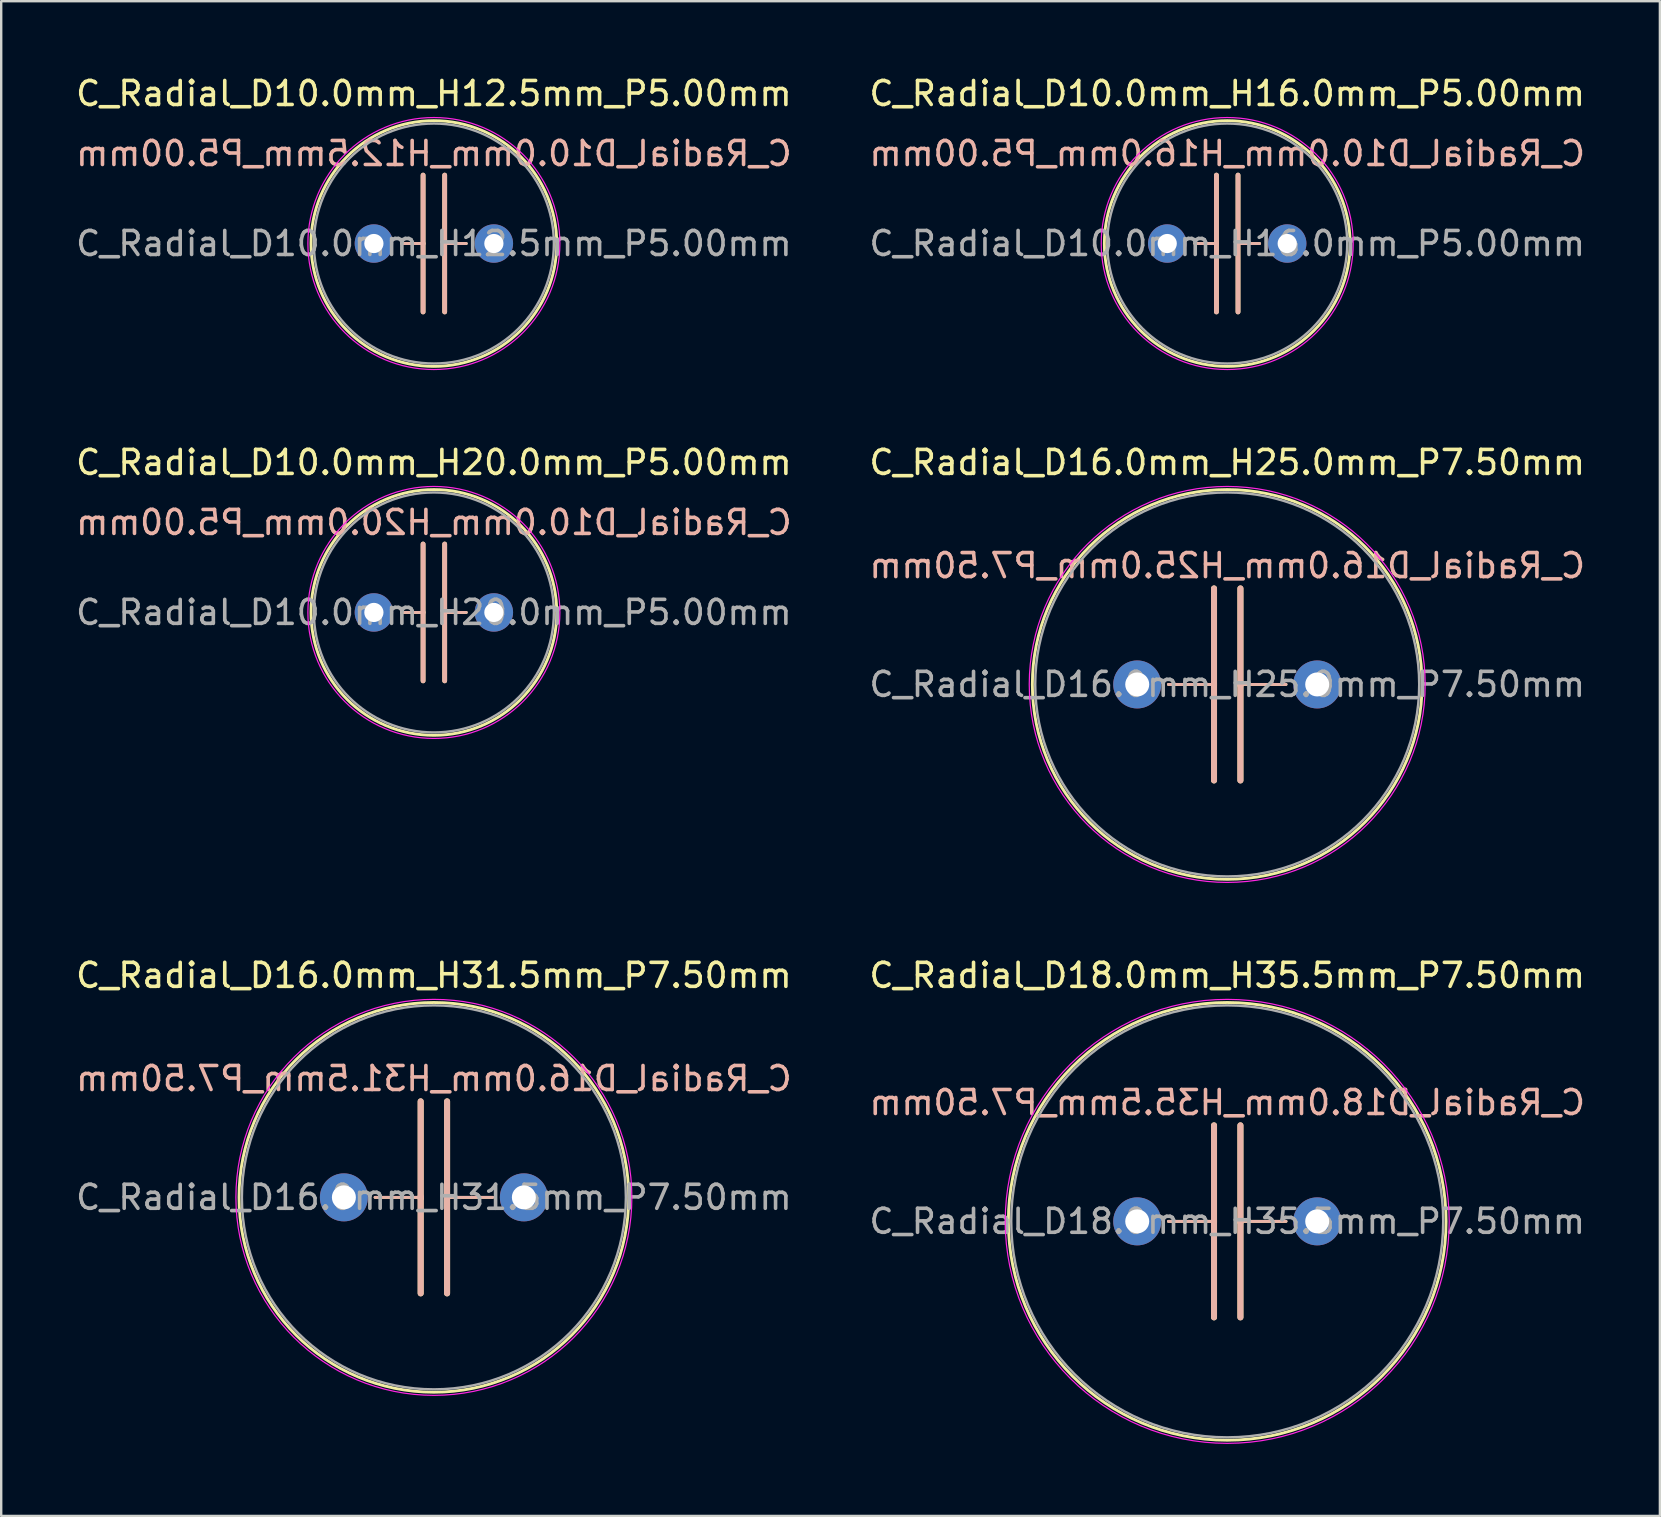
<source format=kicad_pcb>
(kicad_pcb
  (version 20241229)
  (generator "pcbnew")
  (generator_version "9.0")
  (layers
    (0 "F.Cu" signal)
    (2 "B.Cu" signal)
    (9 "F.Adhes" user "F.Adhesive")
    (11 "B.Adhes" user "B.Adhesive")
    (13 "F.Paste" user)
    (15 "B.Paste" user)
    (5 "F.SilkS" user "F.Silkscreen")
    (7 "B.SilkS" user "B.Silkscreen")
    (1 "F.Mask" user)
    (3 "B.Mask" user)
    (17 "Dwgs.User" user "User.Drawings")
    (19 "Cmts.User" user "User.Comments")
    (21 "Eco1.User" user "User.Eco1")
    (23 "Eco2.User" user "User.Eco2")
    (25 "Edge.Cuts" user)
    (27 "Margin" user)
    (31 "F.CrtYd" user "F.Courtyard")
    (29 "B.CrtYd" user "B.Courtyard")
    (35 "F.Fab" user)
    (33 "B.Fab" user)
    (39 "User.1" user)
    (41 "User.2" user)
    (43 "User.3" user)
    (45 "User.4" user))
  (footprint "C_Radial_D16.0mm_H25.0mm_P7.50mm"
    (layer "F.Cu")
    (at 44.339 25.471)
    (property "Reference" "C_Radial_D16.0mm_H25.0mm_P7.50mm" (at 3.75 -9.25 0) (layer "F.SilkS") (effects (font (size 1 1) (thickness 0.15))))
    (fp_line (start 1.3 0) (end 3.2 0) (stroke (width 0.12) (type solid)) (layer "F.SilkS"))
    (fp_line (start 3.2 0.05) (end 3.2 -4) (stroke (width 0.25) (type solid)) (layer "F.SilkS"))
    (fp_line (start 3.2 4) (end 3.2 0) (stroke (width 0.25) (type solid)) (layer "F.SilkS"))
    (fp_line (start 4.3 0) (end 6.2 0) (stroke (width 0.12) (type solid)) (layer "F.SilkS"))
    (fp_line (start 4.3 0.05) (end 4.3 -4) (stroke (width 0.25) (type solid)) (layer "F.SilkS"))
    (fp_line (start 4.3 4) (end 4.3 0) (stroke (width 0.25) (type solid)) (layer "F.SilkS"))
    (fp_circle (center 3.75 0) (end 11.87 0) (stroke (width 0.12) (type solid)) (fill no) (layer "F.SilkS"))
    (fp_line (start 1.3 0) (end 3.2 0) (stroke (width 0.12) (type solid)) (layer "B.SilkS"))
    (fp_line (start 3.2 -4) (end 3.2 0) (stroke (width 0.25) (type solid)) (layer "B.SilkS"))
    (fp_line (start 3.2 -0.05) (end 3.2 4) (stroke (width 0.25) (type solid)) (layer "B.SilkS"))
    (fp_line (start 4.3 -4) (end 4.3 0) (stroke (width 0.25) (type solid)) (layer "B.SilkS"))
    (fp_line (start 4.3 -0.05) (end 4.3 4) (stroke (width 0.25) (type solid)) (layer "B.SilkS"))
    (fp_line (start 4.3 0) (end 6.2 0) (stroke (width 0.12) (type solid)) (layer "B.SilkS"))
    (fp_circle (center 3.75 0) (end 12 0) (stroke (width 0.05) (type solid)) (fill no) (layer "F.CrtYd"))
    (fp_circle (center 3.75 0) (end 11.75 0) (stroke (width 0.1) (type solid)) (fill no) (layer "F.Fab"))
    (fp_text user "${REFERENCE}" (at 3.75 -4.95 0) (layer "B.SilkS") (effects (font (size 1 1) (thickness 0.15)) (justify mirror)))
    (fp_text user "${REFERENCE}" (at 3.75 0 0) (layer "F.Fab") (effects (font (size 1 1) (thickness 0.15))))
    (pad "1" thru_hole circle (at 0 0) (size 2 2) (drill 1) (layers "*.Cu" "*.Mask"))
    (pad "2" thru_hole circle (at 7.5 0) (size 2 2) (drill 1) (layers "*.Cu" "*.Mask")))
  (footprint "C_Radial_D10.0mm_H12.5mm_P5.00mm"
    (layer "F.Cu")
    (at 12.53 7.098)
    (property "Reference" "C_Radial_D10.0mm_H12.5mm_P5.00mm" (at 2.5 -6.25 0) (layer "F.SilkS") (effects (font (size 1 1) (thickness 0.15))))
    (fp_line (start 1.15 0) (end 2.05 0) (stroke (width 0.12) (type solid)) (layer "F.SilkS"))
    (fp_line (start 2.05 0) (end 2.05 -2.85) (stroke (width 0.2) (type solid)) (layer "F.SilkS"))
    (fp_line (start 2.05 2.85) (end 2.05 0) (stroke (width 0.2) (type solid)) (layer "F.SilkS"))
    (fp_line (start 2.95 0) (end 2.95 -2.85) (stroke (width 0.2) (type solid)) (layer "F.SilkS"))
    (fp_line (start 2.95 0) (end 3.85 0) (stroke (width 0.12) (type solid)) (layer "F.SilkS"))
    (fp_line (start 2.95 2.85) (end 2.95 -0.007) (stroke (width 0.2) (type solid)) (layer "F.SilkS"))
    (fp_circle (center 2.5 0) (end 7.62 0) (stroke (width 0.12) (type solid)) (fill no) (layer "F.SilkS"))
    (fp_line (start 1.15 0) (end 2.05 0) (stroke (width 0.12) (type solid)) (layer "B.SilkS"))
    (fp_line (start 2.05 -2.85) (end 2.05 0) (stroke (width 0.2) (type solid)) (layer "B.SilkS"))
    (fp_line (start 2.05 0) (end 2.05 2.85) (stroke (width 0.2) (type solid)) (layer "B.SilkS"))
    (fp_line (start 2.95 -2.85) (end 2.95 0.007) (stroke (width 0.2) (type solid)) (layer "B.SilkS"))
    (fp_line (start 2.95 0) (end 2.95 2.85) (stroke (width 0.2) (type solid)) (layer "B.SilkS"))
    (fp_line (start 2.95 0) (end 3.85 0) (stroke (width 0.12) (type solid)) (layer "B.SilkS"))
    (fp_circle (center 2.5 0) (end 7.75 0) (stroke (width 0.05) (type solid)) (fill no) (layer "F.CrtYd"))
    (fp_circle (center 2.5 0) (end 7.5 0) (stroke (width 0.1) (type solid)) (fill no) (layer "F.Fab"))
    (fp_text user "${REFERENCE}" (at 2.5 -3.75 0) (layer "B.SilkS") (effects (font (size 1 1) (thickness 0.15)) (justify mirror)))
    (fp_text user "${REFERENCE}" (at 2.5 0 0) (layer "F.Fab") (effects (font (size 1 1) (thickness 0.15))))
    (pad "1" thru_hole circle (at 0 0) (size 1.6 1.6) (drill 0.8) (layers "*.Cu" "*.Mask"))
    (pad "2" thru_hole circle (at 5 0) (size 1.6 1.6) (drill 0.8) (layers "*.Cu" "*.Mask")))
  (footprint "C_Radial_D10.0mm_H20.0mm_P5.00mm"
    (layer "F.Cu")
    (at 12.53 22.471)
    (property "Reference" "C_Radial_D10.0mm_H20.0mm_P5.00mm" (at 2.5 -6.25 0) (layer "F.SilkS") (effects (font (size 1 1) (thickness 0.15))))
    (fp_line (start 1.15 0) (end 2.05 0) (stroke (width 0.12) (type solid)) (layer "F.SilkS"))
    (fp_line (start 2.05 0) (end 2.05 -2.85) (stroke (width 0.2) (type solid)) (layer "F.SilkS"))
    (fp_line (start 2.05 2.85) (end 2.05 0) (stroke (width 0.2) (type solid)) (layer "F.SilkS"))
    (fp_line (start 2.95 0) (end 2.95 -2.85) (stroke (width 0.2) (type solid)) (layer "F.SilkS"))
    (fp_line (start 2.95 0) (end 3.85 0) (stroke (width 0.12) (type solid)) (layer "F.SilkS"))
    (fp_line (start 2.95 2.85) (end 2.95 -0.007) (stroke (width 0.2) (type solid)) (layer "F.SilkS"))
    (fp_circle (center 2.5 0) (end 7.62 0) (stroke (width 0.12) (type solid)) (fill no) (layer "F.SilkS"))
    (fp_line (start 1.15 0) (end 2.05 0) (stroke (width 0.12) (type solid)) (layer "B.SilkS"))
    (fp_line (start 2.05 -2.85) (end 2.05 0) (stroke (width 0.2) (type solid)) (layer "B.SilkS"))
    (fp_line (start 2.05 0) (end 2.05 2.85) (stroke (width 0.2) (type solid)) (layer "B.SilkS"))
    (fp_line (start 2.95 -2.85) (end 2.95 0.007) (stroke (width 0.2) (type solid)) (layer "B.SilkS"))
    (fp_line (start 2.95 0) (end 2.95 2.85) (stroke (width 0.2) (type solid)) (layer "B.SilkS"))
    (fp_line (start 2.95 0) (end 3.85 0) (stroke (width 0.12) (type solid)) (layer "B.SilkS"))
    (fp_circle (center 2.5 0) (end 7.75 0) (stroke (width 0.05) (type solid)) (fill no) (layer "F.CrtYd"))
    (fp_circle (center 2.5 0) (end 7.5 0) (stroke (width 0.1) (type solid)) (fill no) (layer "F.Fab"))
    (fp_text user "${REFERENCE}" (at 2.5 -3.75 0) (layer "B.SilkS") (effects (font (size 1 1) (thickness 0.15)) (justify mirror)))
    (fp_text user "${REFERENCE}" (at 2.5 0 0) (layer "F.Fab") (effects (font (size 1 1) (thickness 0.15))))
    (pad "1" thru_hole circle (at 0 0) (size 1.6 1.6) (drill 0.8) (layers "*.Cu" "*.Mask"))
    (pad "2" thru_hole circle (at 5 0) (size 1.6 1.6) (drill 0.8) (layers "*.Cu" "*.Mask")))
  (footprint "C_Radial_D18.0mm_H35.5mm_P7.50mm"
    (layer "F.Cu")
    (at 44.339 47.845)
    (property "Reference" "C_Radial_D18.0mm_H35.5mm_P7.50mm" (at 3.75 -10.25 0) (layer "F.SilkS") (effects (font (size 1 1) (thickness 0.15))))
    (fp_line (start 1.3 0) (end 3.2 0) (stroke (width 0.12) (type solid)) (layer "F.SilkS"))
    (fp_line (start 3.2 0.05) (end 3.2 -4) (stroke (width 0.25) (type solid)) (layer "F.SilkS"))
    (fp_line (start 3.2 4) (end 3.2 0) (stroke (width 0.25) (type solid)) (layer "F.SilkS"))
    (fp_line (start 4.3 0) (end 6.2 0) (stroke (width 0.12) (type solid)) (layer "F.SilkS"))
    (fp_line (start 4.3 0.05) (end 4.3 -4) (stroke (width 0.25) (type solid)) (layer "F.SilkS"))
    (fp_line (start 4.3 4) (end 4.3 0) (stroke (width 0.25) (type solid)) (layer "F.SilkS"))
    (fp_circle (center 3.75 0) (end 12.87 0) (stroke (width 0.12) (type solid)) (fill no) (layer "F.SilkS"))
    (fp_line (start 1.3 0) (end 3.2 0) (stroke (width 0.12) (type solid)) (layer "B.SilkS"))
    (fp_line (start 3.2 -4) (end 3.2 0) (stroke (width 0.25) (type solid)) (layer "B.SilkS"))
    (fp_line (start 3.2 -0.05) (end 3.2 4) (stroke (width 0.25) (type solid)) (layer "B.SilkS"))
    (fp_line (start 4.3 -4) (end 4.3 0) (stroke (width 0.25) (type solid)) (layer "B.SilkS"))
    (fp_line (start 4.3 -0.05) (end 4.3 4) (stroke (width 0.25) (type solid)) (layer "B.SilkS"))
    (fp_line (start 4.3 0) (end 6.2 0) (stroke (width 0.12) (type solid)) (layer "B.SilkS"))
    (fp_circle (center 3.75 0) (end 13 0) (stroke (width 0.05) (type solid)) (fill no) (layer "F.CrtYd"))
    (fp_circle (center 3.75 0) (end 12.75 0) (stroke (width 0.1) (type solid)) (fill no) (layer "F.Fab"))
    (fp_text user "${REFERENCE}" (at 3.75 -4.95 0) (layer "B.SilkS") (effects (font (size 1 1) (thickness 0.15)) (justify mirror)))
    (fp_text user "${REFERENCE}" (at 3.75 0 0) (layer "F.Fab") (effects (font (size 1 1) (thickness 0.15))))
    (pad "1" thru_hole circle (at 0 0) (size 2 2) (drill 1) (layers "*.Cu" "*.Mask"))
    (pad "2" thru_hole circle (at 7.5 0) (size 2 2) (drill 1) (layers "*.Cu" "*.Mask")))
  (footprint "C_Radial_D10.0mm_H16.0mm_P5.00mm"
    (layer "F.Cu")
    (at 45.589 7.098)
    (property "Reference" "C_Radial_D10.0mm_H16.0mm_P5.00mm" (at 2.5 -6.25 0) (layer "F.SilkS") (effects (font (size 1 1) (thickness 0.15))))
    (fp_line (start 1.15 0) (end 2.05 0) (stroke (width 0.12) (type solid)) (layer "F.SilkS"))
    (fp_line (start 2.05 0) (end 2.05 -2.85) (stroke (width 0.2) (type solid)) (layer "F.SilkS"))
    (fp_line (start 2.05 2.85) (end 2.05 0) (stroke (width 0.2) (type solid)) (layer "F.SilkS"))
    (fp_line (start 2.95 0) (end 2.95 -2.85) (stroke (width 0.2) (type solid)) (layer "F.SilkS"))
    (fp_line (start 2.95 0) (end 3.85 0) (stroke (width 0.12) (type solid)) (layer "F.SilkS"))
    (fp_line (start 2.95 2.85) (end 2.95 -0.007) (stroke (width 0.2) (type solid)) (layer "F.SilkS"))
    (fp_circle (center 2.5 0) (end 7.62 0) (stroke (width 0.12) (type solid)) (fill no) (layer "F.SilkS"))
    (fp_line (start 1.15 0) (end 2.05 0) (stroke (width 0.12) (type solid)) (layer "B.SilkS"))
    (fp_line (start 2.05 -2.85) (end 2.05 0) (stroke (width 0.2) (type solid)) (layer "B.SilkS"))
    (fp_line (start 2.05 0) (end 2.05 2.85) (stroke (width 0.2) (type solid)) (layer "B.SilkS"))
    (fp_line (start 2.95 -2.85) (end 2.95 0.007) (stroke (width 0.2) (type solid)) (layer "B.SilkS"))
    (fp_line (start 2.95 0) (end 2.95 2.85) (stroke (width 0.2) (type solid)) (layer "B.SilkS"))
    (fp_line (start 2.95 0) (end 3.85 0) (stroke (width 0.12) (type solid)) (layer "B.SilkS"))
    (fp_circle (center 2.5 0) (end 7.75 0) (stroke (width 0.05) (type solid)) (fill no) (layer "F.CrtYd"))
    (fp_circle (center 2.5 0) (end 7.5 0) (stroke (width 0.1) (type solid)) (fill no) (layer "F.Fab"))
    (fp_text user "${REFERENCE}" (at 2.5 -3.75 0) (layer "B.SilkS") (effects (font (size 1 1) (thickness 0.15)) (justify mirror)))
    (fp_text user "${REFERENCE}" (at 2.5 0 0) (layer "F.Fab") (effects (font (size 1 1) (thickness 0.15))))
    (pad "1" thru_hole circle (at 0 0) (size 1.6 1.6) (drill 0.8) (layers "*.Cu" "*.Mask"))
    (pad "2" thru_hole circle (at 5 0) (size 1.6 1.6) (drill 0.8) (layers "*.Cu" "*.Mask")))
  (footprint "C_Radial_D16.0mm_H31.5mm_P7.50mm"
    (layer "F.Cu")
    (at 11.28 46.845)
    (property "Reference" "C_Radial_D16.0mm_H31.5mm_P7.50mm" (at 3.75 -9.25 0) (layer "F.SilkS") (effects (font (size 1 1) (thickness 0.15))))
    (fp_line (start 1.3 0) (end 3.2 0) (stroke (width 0.12) (type solid)) (layer "F.SilkS"))
    (fp_line (start 3.2 0.05) (end 3.2 -4) (stroke (width 0.25) (type solid)) (layer "F.SilkS"))
    (fp_line (start 3.2 4) (end 3.2 0) (stroke (width 0.25) (type solid)) (layer "F.SilkS"))
    (fp_line (start 4.3 0) (end 6.2 0) (stroke (width 0.12) (type solid)) (layer "F.SilkS"))
    (fp_line (start 4.3 0.05) (end 4.3 -4) (stroke (width 0.25) (type solid)) (layer "F.SilkS"))
    (fp_line (start 4.3 4) (end 4.3 0) (stroke (width 0.25) (type solid)) (layer "F.SilkS"))
    (fp_circle (center 3.75 0) (end 11.87 0) (stroke (width 0.12) (type solid)) (fill no) (layer "F.SilkS"))
    (fp_line (start 1.3 0) (end 3.2 0) (stroke (width 0.12) (type solid)) (layer "B.SilkS"))
    (fp_line (start 3.2 -4) (end 3.2 0) (stroke (width 0.25) (type solid)) (layer "B.SilkS"))
    (fp_line (start 3.2 -0.05) (end 3.2 4) (stroke (width 0.25) (type solid)) (layer "B.SilkS"))
    (fp_line (start 4.3 -4) (end 4.3 0) (stroke (width 0.25) (type solid)) (layer "B.SilkS"))
    (fp_line (start 4.3 -0.05) (end 4.3 4) (stroke (width 0.25) (type solid)) (layer "B.SilkS"))
    (fp_line (start 4.3 0) (end 6.2 0) (stroke (width 0.12) (type solid)) (layer "B.SilkS"))
    (fp_circle (center 3.75 0) (end 12 0) (stroke (width 0.05) (type solid)) (fill no) (layer "F.CrtYd"))
    (fp_circle (center 3.75 0) (end 11.75 0) (stroke (width 0.1) (type solid)) (fill no) (layer "F.Fab"))
    (fp_text user "${REFERENCE}" (at 3.75 -4.95 0) (layer "B.SilkS") (effects (font (size 1 1) (thickness 0.15)) (justify mirror)))
    (fp_text user "${REFERENCE}" (at 3.75 0 0) (layer "F.Fab") (effects (font (size 1 1) (thickness 0.15))))
    (pad "1" thru_hole circle (at 0 0) (size 2 2) (drill 1) (layers "*.Cu" "*.Mask"))
    (pad "2" thru_hole circle (at 7.5 0) (size 2 2) (drill 1) (layers "*.Cu" "*.Mask")))
  (gr_rect
    (start -3 -3)
    (end 66.119 60.12)
    (stroke (width 0.1) (type default))
    (fill no)
    (layer "Edge.Cuts")))
</source>
